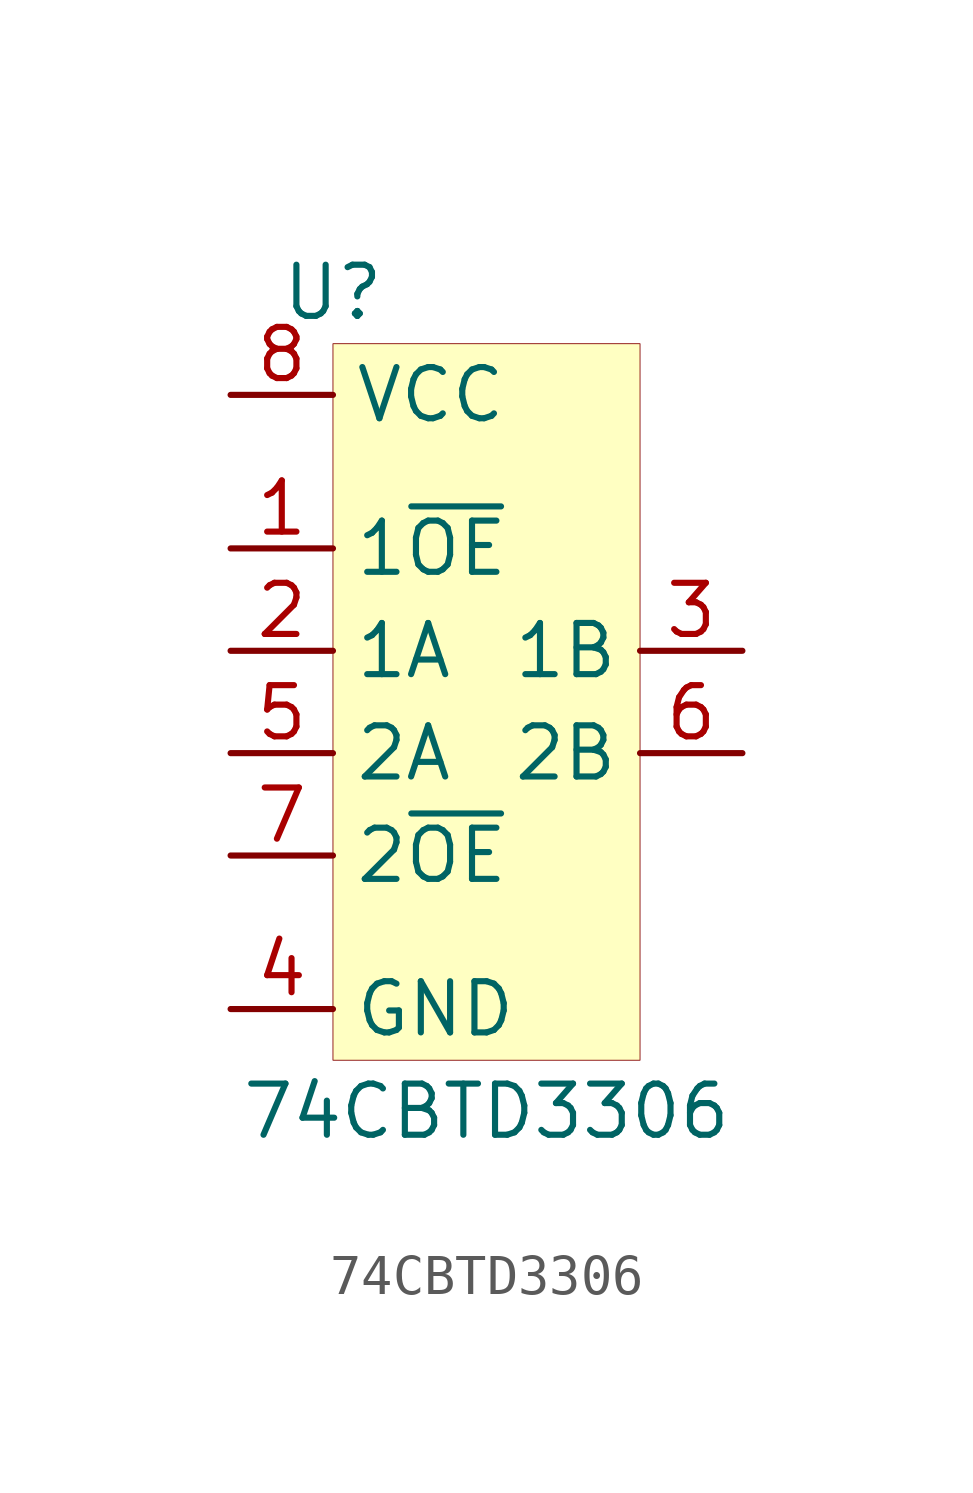
<source format=kicad_sym>
(kicad_symbol_lib
  (version 20201005)
  (generator kicad_symbol_editor)
  (symbol "74CBTD3306:74CBTD3306"
    (property "Reference" "U"
      (at 0 10.16 0)
      (effects (font (size 1.27 1.27))))
    (property "Value" "74CBTD3306"
      (at 3.81 -10.16 0)
      (effects (font (size 1.27 1.27))))
    (symbol "74CBTD3306_0_1"
      (rectangle (start 0 8.89) (end 7.62 -8.89) (stroke (width 0.001)) (fill (type background))))
    (symbol "74CBTD3306_1_1"
      (pin input line (at -2.54 3.81 0) (length 2.54) (name "1~OE" (effects (font (size 1.27 1.27)))) (number "1" (effects (font (size 1.27 1.27)))))
      (pin bidirectional line (at -2.54 1.27 0) (length 2.54) (name "1A" (effects (font (size 1.27 1.27)))) (number "2" (effects (font (size 1.27 1.27)))))
      (pin bidirectional line (at 10.16 1.27 180) (length 2.54) (name "1B" (effects (font (size 1.27 1.27)))) (number "3" (effects (font (size 1.27 1.27)))))
      (pin power_in line (at -2.54 -7.62 0) (length 2.54) (name "GND" (effects (font (size 1.27 1.27)))) (number "4" (effects (font (size 1.27 1.27)))))
      (pin bidirectional line (at -2.54 -1.27 0) (length 2.54) (name "2A" (effects (font (size 1.27 1.27)))) (number "5" (effects (font (size 1.27 1.27)))))
      (pin bidirectional line (at 10.16 -1.27 180) (length 2.54) (name "2B" (effects (font (size 1.27 1.27)))) (number "6" (effects (font (size 1.27 1.27)))))
      (pin input line (at -2.54 -3.81 0) (length 2.54) (name "2~OE" (effects (font (size 1.27 1.27)))) (number "7" (effects (font (size 1.27 1.27)))))
      (pin power_in line (at -2.54 7.62 0) (length 2.54) (name "VCC" (effects (font (size 1.27 1.27)))) (number "8" (effects (font (size 1.27 1.27))))))))
</source>
